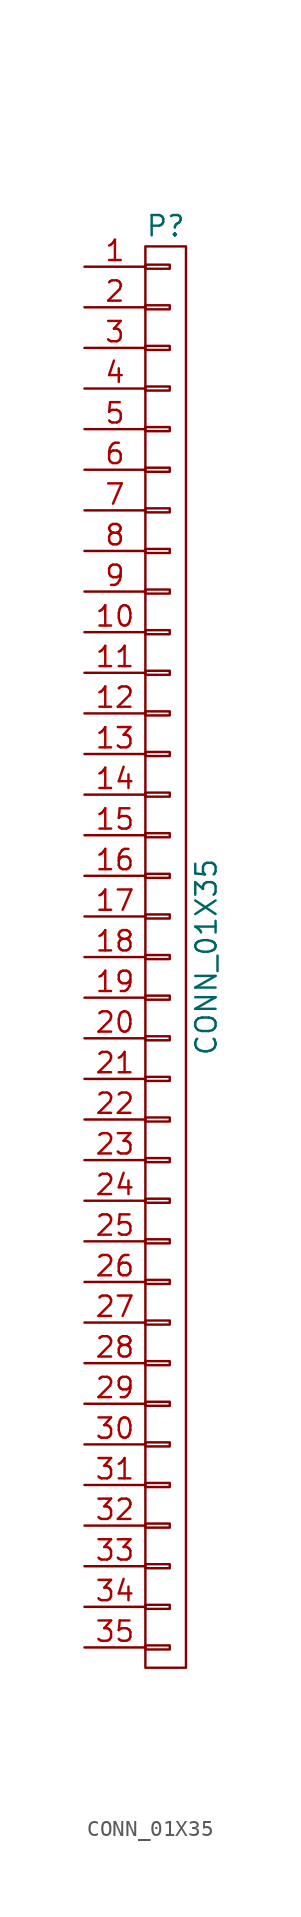
<source format=kicad_sym>
(kicad_symbol_lib
  (version 20211014)
  (generator kicad_symbol_editor)
  (symbol "CONN_01X35"
    (pin_names
      (offset 1.016) hide)
    (property "Reference" "P"
      (at 0 45.72 0)
      (effects (font (size 1.27 1.27))))
    (property "Value" "CONN_01X35"
      (at 2.54 0 90)
      (effects (font (size 1.27 1.27))))
    (property "Footprint" ""
      (at 0 0 0)
      (effects (font (size 1.27 1.27))))
    (property "Datasheet" ""
      (at 0 0 0)
      (effects (font (size 1.27 1.27))))
    (symbol "CONN_01X35_0_1"
      (rectangle (start -1.27 -44.45) (end 1.27 44.45) (stroke (width 0) (type default) (color 0 0 0 0)) (fill (type none)))
      (rectangle (start -1.27 -43.053) (end 0.254 -43.307) (stroke (width 0) (type default) (color 0 0 0 0)) (fill (type none)))
      (rectangle (start -1.27 -40.513) (end 0.254 -40.767) (stroke (width 0) (type default) (color 0 0 0 0)) (fill (type none)))
      (rectangle (start -1.27 -37.973) (end 0.254 -38.227) (stroke (width 0) (type default) (color 0 0 0 0)) (fill (type none)))
      (rectangle (start -1.27 -35.433) (end 0.254 -35.687) (stroke (width 0) (type default) (color 0 0 0 0)) (fill (type none)))
      (rectangle (start -1.27 -32.893) (end 0.254 -33.147) (stroke (width 0) (type default) (color 0 0 0 0)) (fill (type none)))
      (rectangle (start -1.27 -30.353) (end 0.254 -30.607) (stroke (width 0) (type default) (color 0 0 0 0)) (fill (type none)))
      (rectangle (start -1.27 -27.813) (end 0.254 -28.067) (stroke (width 0) (type default) (color 0 0 0 0)) (fill (type none)))
      (rectangle (start -1.27 -25.273) (end 0.254 -25.527) (stroke (width 0) (type default) (color 0 0 0 0)) (fill (type none)))
      (rectangle (start -1.27 -22.733) (end 0.254 -22.987) (stroke (width 0) (type default) (color 0 0 0 0)) (fill (type none)))
      (rectangle (start -1.27 -20.193) (end 0.254 -20.447) (stroke (width 0) (type default) (color 0 0 0 0)) (fill (type none)))
      (rectangle (start -1.27 -17.653) (end 0.254 -17.907) (stroke (width 0) (type default) (color 0 0 0 0)) (fill (type none)))
      (rectangle (start -1.27 -15.113) (end 0.254 -15.367) (stroke (width 0) (type default) (color 0 0 0 0)) (fill (type none)))
      (rectangle (start -1.27 -12.573) (end 0.254 -12.827) (stroke (width 0) (type default) (color 0 0 0 0)) (fill (type none)))
      (rectangle (start -1.27 -10.033) (end 0.254 -10.287) (stroke (width 0) (type default) (color 0 0 0 0)) (fill (type none)))
      (rectangle (start -1.27 -7.493) (end 0.254 -7.747) (stroke (width 0) (type default) (color 0 0 0 0)) (fill (type none)))
      (rectangle (start -1.27 -4.953) (end 0.254 -5.207) (stroke (width 0) (type default) (color 0 0 0 0)) (fill (type none)))
      (rectangle (start -1.27 -2.413) (end 0.254 -2.667) (stroke (width 0) (type default) (color 0 0 0 0)) (fill (type none)))
      (rectangle (start -1.27 0.127) (end 0.254 -0.127) (stroke (width 0) (type default) (color 0 0 0 0)) (fill (type none)))
      (rectangle (start -1.27 2.667) (end 0.254 2.413) (stroke (width 0) (type default) (color 0 0 0 0)) (fill (type none)))
      (rectangle (start -1.27 5.207) (end 0.254 4.953) (stroke (width 0) (type default) (color 0 0 0 0)) (fill (type none)))
      (rectangle (start -1.27 7.747) (end 0.254 7.493) (stroke (width 0) (type default) (color 0 0 0 0)) (fill (type none)))
      (rectangle (start -1.27 10.287) (end 0.254 10.033) (stroke (width 0) (type default) (color 0 0 0 0)) (fill (type none)))
      (rectangle (start -1.27 12.827) (end 0.254 12.573) (stroke (width 0) (type default) (color 0 0 0 0)) (fill (type none)))
      (rectangle (start -1.27 15.367) (end 0.254 15.113) (stroke (width 0) (type default) (color 0 0 0 0)) (fill (type none)))
      (rectangle (start -1.27 17.907) (end 0.254 17.653) (stroke (width 0) (type default) (color 0 0 0 0)) (fill (type none)))
      (rectangle (start -1.27 20.447) (end 0.254 20.193) (stroke (width 0) (type default) (color 0 0 0 0)) (fill (type none)))
      (rectangle (start -1.27 22.987) (end 0.254 22.733) (stroke (width 0) (type default) (color 0 0 0 0)) (fill (type none)))
      (rectangle (start -1.27 25.527) (end 0.254 25.273) (stroke (width 0) (type default) (color 0 0 0 0)) (fill (type none)))
      (rectangle (start -1.27 28.067) (end 0.254 27.813) (stroke (width 0) (type default) (color 0 0 0 0)) (fill (type none)))
      (rectangle (start -1.27 30.607) (end 0.254 30.353) (stroke (width 0) (type default) (color 0 0 0 0)) (fill (type none)))
      (rectangle (start -1.27 33.147) (end 0.254 32.893) (stroke (width 0) (type default) (color 0 0 0 0)) (fill (type none)))
      (rectangle (start -1.27 35.687) (end 0.254 35.433) (stroke (width 0) (type default) (color 0 0 0 0)) (fill (type none)))
      (rectangle (start -1.27 38.227) (end 0.254 37.973) (stroke (width 0) (type default) (color 0 0 0 0)) (fill (type none)))
      (rectangle (start -1.27 40.767) (end 0.254 40.513) (stroke (width 0) (type default) (color 0 0 0 0)) (fill (type none)))
      (rectangle (start -1.27 43.307) (end 0.254 43.053) (stroke (width 0) (type default) (color 0 0 0 0)) (fill (type none))))
    (symbol "CONN_01X35_1_1"
      (pin passive line (at -5.08 43.18 0) (length 3.81) (name "P1" (effects (font (size 1.27 1.27)))) (number "1" (effects (font (size 1.27 1.27)))))
      (pin passive line (at -5.08 20.32 0) (length 3.81) (name "P10" (effects (font (size 1.27 1.27)))) (number "10" (effects (font (size 1.27 1.27)))))
      (pin passive line (at -5.08 17.78 0) (length 3.81) (name "P11" (effects (font (size 1.27 1.27)))) (number "11" (effects (font (size 1.27 1.27)))))
      (pin passive line (at -5.08 15.24 0) (length 3.81) (name "P12" (effects (font (size 1.27 1.27)))) (number "12" (effects (font (size 1.27 1.27)))))
      (pin passive line (at -5.08 12.7 0) (length 3.81) (name "P13" (effects (font (size 1.27 1.27)))) (number "13" (effects (font (size 1.27 1.27)))))
      (pin passive line (at -5.08 10.16 0) (length 3.81) (name "P14" (effects (font (size 1.27 1.27)))) (number "14" (effects (font (size 1.27 1.27)))))
      (pin passive line (at -5.08 7.62 0) (length 3.81) (name "P15" (effects (font (size 1.27 1.27)))) (number "15" (effects (font (size 1.27 1.27)))))
      (pin passive line (at -5.08 5.08 0) (length 3.81) (name "P16" (effects (font (size 1.27 1.27)))) (number "16" (effects (font (size 1.27 1.27)))))
      (pin passive line (at -5.08 2.54 0) (length 3.81) (name "P17" (effects (font (size 1.27 1.27)))) (number "17" (effects (font (size 1.27 1.27)))))
      (pin passive line (at -5.08 0 0) (length 3.81) (name "P18" (effects (font (size 1.27 1.27)))) (number "18" (effects (font (size 1.27 1.27)))))
      (pin passive line (at -5.08 -2.54 0) (length 3.81) (name "P19" (effects (font (size 1.27 1.27)))) (number "19" (effects (font (size 1.27 1.27)))))
      (pin passive line (at -5.08 40.64 0) (length 3.81) (name "P2" (effects (font (size 1.27 1.27)))) (number "2" (effects (font (size 1.27 1.27)))))
      (pin passive line (at -5.08 -5.08 0) (length 3.81) (name "P20" (effects (font (size 1.27 1.27)))) (number "20" (effects (font (size 1.27 1.27)))))
      (pin passive line (at -5.08 -7.62 0) (length 3.81) (name "P21" (effects (font (size 1.27 1.27)))) (number "21" (effects (font (size 1.27 1.27)))))
      (pin passive line (at -5.08 -10.16 0) (length 3.81) (name "P22" (effects (font (size 1.27 1.27)))) (number "22" (effects (font (size 1.27 1.27)))))
      (pin passive line (at -5.08 -12.7 0) (length 3.81) (name "P23" (effects (font (size 1.27 1.27)))) (number "23" (effects (font (size 1.27 1.27)))))
      (pin passive line (at -5.08 -15.24 0) (length 3.81) (name "P24" (effects (font (size 1.27 1.27)))) (number "24" (effects (font (size 1.27 1.27)))))
      (pin passive line (at -5.08 -17.78 0) (length 3.81) (name "P25" (effects (font (size 1.27 1.27)))) (number "25" (effects (font (size 1.27 1.27)))))
      (pin passive line (at -5.08 -20.32 0) (length 3.81) (name "P26" (effects (font (size 1.27 1.27)))) (number "26" (effects (font (size 1.27 1.27)))))
      (pin passive line (at -5.08 -22.86 0) (length 3.81) (name "P27" (effects (font (size 1.27 1.27)))) (number "27" (effects (font (size 1.27 1.27)))))
      (pin passive line (at -5.08 -25.4 0) (length 3.81) (name "P28" (effects (font (size 1.27 1.27)))) (number "28" (effects (font (size 1.27 1.27)))))
      (pin passive line (at -5.08 -27.94 0) (length 3.81) (name "P29" (effects (font (size 1.27 1.27)))) (number "29" (effects (font (size 1.27 1.27)))))
      (pin passive line (at -5.08 38.1 0) (length 3.81) (name "P3" (effects (font (size 1.27 1.27)))) (number "3" (effects (font (size 1.27 1.27)))))
      (pin passive line (at -5.08 -30.48 0) (length 3.81) (name "P30" (effects (font (size 1.27 1.27)))) (number "30" (effects (font (size 1.27 1.27)))))
      (pin passive line (at -5.08 -33.02 0) (length 3.81) (name "P31" (effects (font (size 1.27 1.27)))) (number "31" (effects (font (size 1.27 1.27)))))
      (pin passive line (at -5.08 -35.56 0) (length 3.81) (name "P32" (effects (font (size 1.27 1.27)))) (number "32" (effects (font (size 1.27 1.27)))))
      (pin passive line (at -5.08 -38.1 0) (length 3.81) (name "P33" (effects (font (size 1.27 1.27)))) (number "33" (effects (font (size 1.27 1.27)))))
      (pin passive line (at -5.08 -40.64 0) (length 3.81) (name "P34" (effects (font (size 1.27 1.27)))) (number "34" (effects (font (size 1.27 1.27)))))
      (pin passive line (at -5.08 -43.18 0) (length 3.81) (name "P35" (effects (font (size 1.27 1.27)))) (number "35" (effects (font (size 1.27 1.27)))))
      (pin passive line (at -5.08 35.56 0) (length 3.81) (name "P4" (effects (font (size 1.27 1.27)))) (number "4" (effects (font (size 1.27 1.27)))))
      (pin passive line (at -5.08 33.02 0) (length 3.81) (name "P5" (effects (font (size 1.27 1.27)))) (number "5" (effects (font (size 1.27 1.27)))))
      (pin passive line (at -5.08 30.48 0) (length 3.81) (name "P6" (effects (font (size 1.27 1.27)))) (number "6" (effects (font (size 1.27 1.27)))))
      (pin passive line (at -5.08 27.94 0) (length 3.81) (name "P7" (effects (font (size 1.27 1.27)))) (number "7" (effects (font (size 1.27 1.27)))))
      (pin passive line (at -5.08 25.4 0) (length 3.81) (name "P8" (effects (font (size 1.27 1.27)))) (number "8" (effects (font (size 1.27 1.27)))))
      (pin passive line (at -5.08 22.86 0) (length 3.81) (name "P9" (effects (font (size 1.27 1.27)))) (number "9" (effects (font (size 1.27 1.27))))))))
</source>
